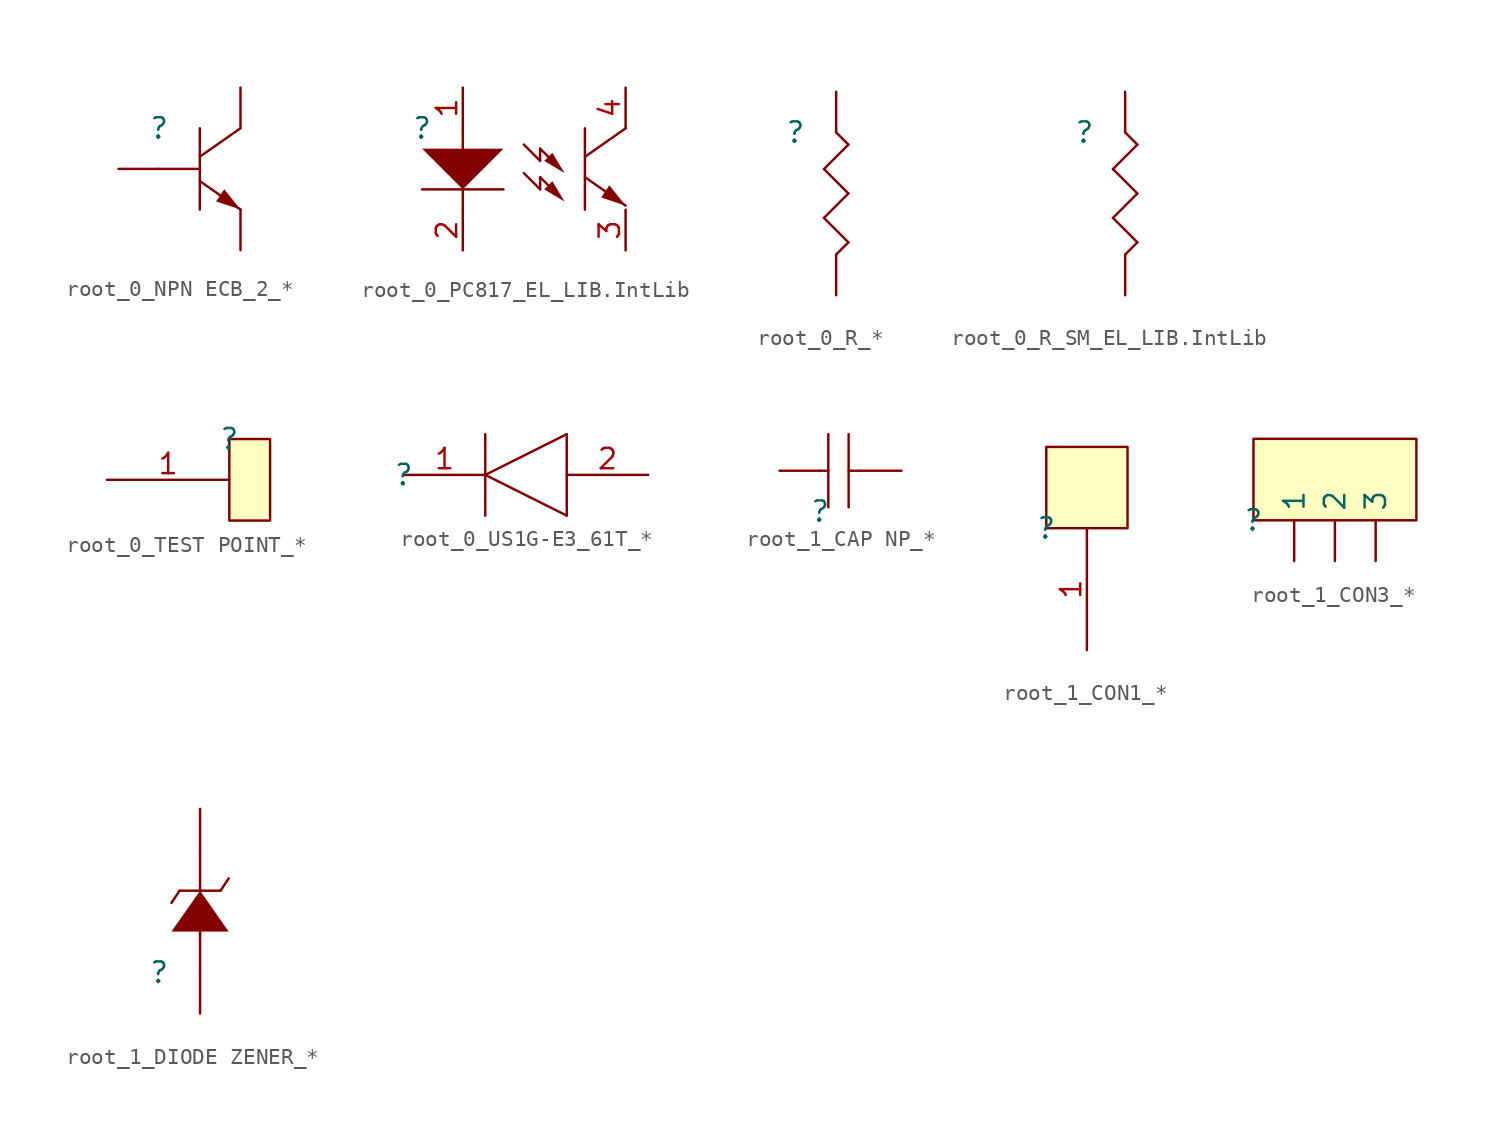
<source format=kicad_sym>
(kicad_symbol_lib
  (version 20241209)
  (generator "kicad_symbol_editor")
  (generator_version "9.0")
  (symbol "root_0_NPN ECB_2_*"
    (pin_numbers
      (hide yes))
    (pin_names
      (hide yes))
    (property "Reference" ""
      (at 0 0 0)
      (effects (font (size 1.27 1.27))))
    (property "Value" ""
      (at 0 0 0)
      (effects (font (size 1.27 1.27))))
    (symbol "root_0_NPN ECB_2_*_1_0"
      (polyline (pts (xy 2.54 0) (xy 2.54 -5.08)) (stroke (width 0) (type solid)) (fill (type none)))
      (polyline (pts (xy 2.54 -2.54) (xy 0 -2.54)) (stroke (width 0) (type solid)) (fill (type none)))
      (polyline (pts (xy 2.54 -3.302) (xy 5.08 -5.08)) (stroke (width 0) (type solid)) (fill (type none)))
      (polyline (pts (xy 5.08 0) (xy 2.54 -1.778)) (stroke (width 0) (type solid)) (fill (type none)))
      (polyline (pts (xy 5.08 -5.08) (xy 4.064 -3.81) (xy 3.556 -4.572) (xy 5.08 -5.08) (xy 5.08 -5.08)) (stroke (width -0.0001) (type solid)) (fill (type outline)))
      (pin passive line (at -2.54 -2.54 0) (length 2.54) (name "B" (effects (font (size 1.27 1.27)))) (number "1" (effects (font (size 1.27 1.27)))))
      (pin passive line (at 5.08 2.54 270) (length 2.54) (name "C" (effects (font (size 1.27 1.27)))) (number "2" (effects (font (size 1.27 1.27)))))
      (pin passive line (at 5.08 -7.62 90) (length 2.54) (name "E" (effects (font (size 1.27 1.27)))) (number "3" (effects (font (size 1.27 1.27)))))))
  (symbol "root_0_PC817_EL_LIB.IntLib"
    (pin_names
      (hide yes))
    (property "Reference" ""
      (at 0 0 0)
      (effects (font (size 1.27 1.27))))
    (property "Value" ""
      (at 0 0 0)
      (effects (font (size 1.27 1.27))))
    (symbol "root_0_PC817_EL_LIB.IntLib_1_0"
      (polyline (pts (xy 2.54 0) (xy 2.54 -1.27)) (stroke (width 0) (type solid)) (fill (type none)))
      (polyline (pts (xy 2.54 -3.81) (xy 0 -1.27) (xy 5.08 -1.27) (xy 2.54 -3.81) (xy 2.54 -3.81)) (stroke (width -0.0001) (type solid)) (fill (type outline)))
      (polyline (pts (xy 2.54 -5.08) (xy 2.54 -3.81)) (stroke (width 0) (type solid)) (fill (type none)))
      (polyline (pts (xy 5.08 -3.81) (xy 0 -3.81)) (stroke (width 0) (type solid)) (fill (type none)))
      (polyline (pts (xy 7.366 -1.27) (xy 7.366 -2.032)) (stroke (width 0) (type solid)) (fill (type none)))
      (polyline (pts (xy 7.366 -2.032) (xy 6.35 -1.016)) (stroke (width 0) (type solid)) (fill (type none)))
      (polyline (pts (xy 7.366 -3.048) (xy 7.366 -3.81)) (stroke (width 0) (type solid)) (fill (type none)))
      (polyline (pts (xy 7.366 -3.81) (xy 6.35 -2.794)) (stroke (width 0) (type solid)) (fill (type none)))
      (polyline (pts (xy 8.382 -2.286) (xy 7.366 -1.27)) (stroke (width 0) (type solid)) (fill (type none)))
      (polyline (pts (xy 8.382 -4.064) (xy 7.366 -3.048)) (stroke (width 0) (type solid)) (fill (type none)))
      (polyline (pts (xy 8.89 -2.794) (xy 8.128 -1.524) (xy 7.62 -2.032) (xy 8.89 -2.794) (xy 8.89 -2.794)) (stroke (width -0.0001) (type solid)) (fill (type outline)))
      (polyline (pts (xy 8.89 -4.572) (xy 8.128 -3.302) (xy 7.62 -3.81) (xy 8.89 -4.572) (xy 8.89 -4.572)) (stroke (width -0.0001) (type solid)) (fill (type outline)))
      (polyline (pts (xy 10.16 0) (xy 10.16 -5.08)) (stroke (width 0) (type solid)) (fill (type none)))
      (polyline (pts (xy 10.16 -3.048) (xy 12.7 -4.826)) (stroke (width 0) (type solid)) (fill (type none)))
      (polyline (pts (xy 12.7 0) (xy 10.16 -1.778)) (stroke (width 0) (type solid)) (fill (type none)))
      (polyline (pts (xy 12.7 -4.826) (xy 11.684 -3.556) (xy 11.176 -4.318) (xy 12.7 -4.826) (xy 12.7 -4.826)) (stroke (width -0.0001) (type solid)) (fill (type outline)))
      (pin passive line (at 2.54 2.54 270) (length 2.54) (name "ANODE" (effects (font (size 1.27 1.27)))) (number "1" (effects (font (size 1.27 1.27)))))
      (pin passive line (at 2.54 -7.62 90) (length 2.54) (name "CATHODE" (effects (font (size 1.27 1.27)))) (number "2" (effects (font (size 1.27 1.27)))))
      (pin passive line (at 12.7 2.54 270) (length 2.54) (name "COLLECTOR" (effects (font (size 1.27 1.27)))) (number "4" (effects (font (size 1.27 1.27)))))
      (pin passive line (at 12.7 -7.62 90) (length 2.54) (name "EMITTER" (effects (font (size 1.27 1.27)))) (number "3" (effects (font (size 1.27 1.27)))))))
  (symbol "root_0_R_*"
    (pin_numbers
      (hide yes))
    (pin_names
      (hide yes))
    (property "Reference" ""
      (at 0 0 0)
      (effects (font (size 1.27 1.27))))
    (property "Value" ""
      (at 0 0 0)
      (effects (font (size 1.27 1.27))))
    (symbol "root_0_R_*_1_0"
      (polyline (pts (xy 1.778 -2.286) (xy 3.302 -3.81)) (stroke (width 0) (type solid)) (fill (type none)))
      (polyline (pts (xy 1.778 -5.334) (xy 3.302 -6.858)) (stroke (width 0) (type solid)) (fill (type none)))
      (polyline (pts (xy 2.54 0) (xy 3.302 -0.762)) (stroke (width 0) (type solid)) (fill (type none)))
      (polyline (pts (xy 3.302 -0.762) (xy 1.778 -2.286)) (stroke (width 0) (type solid)) (fill (type none)))
      (polyline (pts (xy 3.302 -3.81) (xy 1.778 -5.334)) (stroke (width 0) (type solid)) (fill (type none)))
      (polyline (pts (xy 3.302 -6.858) (xy 2.54 -7.62)) (stroke (width 0) (type solid)) (fill (type none)))
      (pin passive line (at 2.54 2.54 270) (length 2.54) (name "1" (effects (font (size 1.27 1.27)))) (number "1" (effects (font (size 1.27 1.27)))))
      (pin passive line (at 2.54 -10.16 90) (length 2.54) (name "2" (effects (font (size 1.27 1.27)))) (number "2" (effects (font (size 1.27 1.27)))))))
  (symbol "root_0_R_SM_EL_LIB.IntLib"
    (pin_numbers
      (hide yes))
    (pin_names
      (hide yes))
    (property "Reference" ""
      (at 0 0 0)
      (effects (font (size 1.27 1.27))))
    (property "Value" ""
      (at 0 0 0)
      (effects (font (size 1.27 1.27))))
    (symbol "root_0_R_SM_EL_LIB.IntLib_1_0"
      (polyline (pts (xy 1.778 -2.286) (xy 3.302 -3.81)) (stroke (width 0) (type solid)) (fill (type none)))
      (polyline (pts (xy 1.778 -5.334) (xy 3.302 -6.858)) (stroke (width 0) (type solid)) (fill (type none)))
      (polyline (pts (xy 2.54 0) (xy 3.302 -0.762)) (stroke (width 0) (type solid)) (fill (type none)))
      (polyline (pts (xy 3.302 -0.762) (xy 1.778 -2.286)) (stroke (width 0) (type solid)) (fill (type none)))
      (polyline (pts (xy 3.302 -3.81) (xy 1.778 -5.334)) (stroke (width 0) (type solid)) (fill (type none)))
      (polyline (pts (xy 3.302 -6.858) (xy 2.54 -7.62)) (stroke (width 0) (type solid)) (fill (type none)))
      (pin passive line (at 2.54 2.54 270) (length 2.54) (name "1" (effects (font (size 1.27 1.27)))) (number "1" (effects (font (size 1.27 1.27)))))
      (pin passive line (at 2.54 -10.16 90) (length 2.54) (name "2" (effects (font (size 1.27 1.27)))) (number "2" (effects (font (size 1.27 1.27)))))))
  (symbol "root_0_TEST POINT_*"
    (pin_names
      (hide yes))
    (property "Reference" ""
      (at 0 0 0)
      (effects (font (size 1.27 1.27))))
    (property "Value" ""
      (at 0 0 0)
      (effects (font (size 1.27 1.27))))
    (symbol "root_0_TEST POINT_*_1_0"
      (rectangle (start 2.54 0) (end 0 -5.08) (stroke (width 0) (type solid) (color 128 0 0 1)) (fill (type background)))
      (pin passive line (at -7.62 -2.54 0) (length 7.62) (name "1" (effects (font (size 1.27 1.27)))) (number "1" (effects (font (size 1.27 1.27)))))))
  (symbol "root_0_US1G-E3_61T_*"
    (pin_names
      (hide yes))
    (property "Reference" ""
      (at 0 0 0)
      (effects (font (size 1.27 1.27))))
    (property "Value" ""
      (at 0 0 0)
      (effects (font (size 1.27 1.27))))
    (symbol "root_0_US1G-E3_61T_*_1_0"
      (polyline (pts (xy 5.08 2.54) (xy 5.08 -2.54)) (stroke (width 0) (type solid)) (fill (type none)))
      (polyline (pts (xy 5.08 0) (xy 10.16 2.54)) (stroke (width 0) (type solid)) (fill (type none)))
      (polyline (pts (xy 10.16 -2.54) (xy 5.08 0)) (stroke (width 0) (type solid)) (fill (type none)))
      (polyline (pts (xy 10.16 -2.54) (xy 10.16 2.54)) (stroke (width 0) (type solid)) (fill (type none)))
      (pin passive line (at 0 0 0) (length 5.08) (name "K" (effects (font (size 1.27 1.27)))) (number "1" (effects (font (size 1.27 1.27)))))
      (pin passive line (at 15.24 0 180) (length 5.08) (name "A" (effects (font (size 1.27 1.27)))) (number "2" (effects (font (size 1.27 1.27)))))))
  (symbol "root_1_CAP NP_*"
    (pin_numbers
      (hide yes))
    (pin_names
      (hide yes))
    (property "Reference" ""
      (at 0 0 0)
      (effects (font (size 1.27 1.27))))
    (property "Value" ""
      (at 0 0 0)
      (effects (font (size 1.27 1.27))))
    (symbol "root_1_CAP NP_*_1_0"
      (polyline (pts (xy 0 2.54) (xy 0.508 2.54)) (stroke (width 0) (type solid)) (fill (type none)))
      (polyline (pts (xy 0.508 0.254) (xy 0.508 4.826)) (stroke (width 0) (type solid)) (fill (type none)))
      (polyline (pts (xy 1.778 0.254) (xy 1.778 4.826)) (stroke (width 0) (type solid)) (fill (type none)))
      (polyline (pts (xy 2.54 2.54) (xy 1.778 2.54)) (stroke (width 0) (type solid)) (fill (type none)))
      (pin passive line (at -2.54 2.54 0) (length 2.54) (name "1" (effects (font (size 1.27 1.27)))) (number "1" (effects (font (size 1.27 1.27)))))
      (pin passive line (at 5.08 2.54 180) (length 2.54) (name "2" (effects (font (size 1.27 1.27)))) (number "2" (effects (font (size 1.27 1.27)))))))
  (symbol "root_1_CON1_*"
    (pin_names
      (hide yes))
    (property "Reference" ""
      (at 0 0 0)
      (effects (font (size 1.27 1.27))))
    (property "Value" ""
      (at 0 0 0)
      (effects (font (size 1.27 1.27))))
    (symbol "root_1_CON1_*_1_0"
      (rectangle (start 5.08 5.08) (end 0 0) (stroke (width 0) (type solid) (color 128 0 0 1)) (fill (type background)))
      (pin passive line (at 2.54 -7.62 90) (length 7.62) (name "1" (effects (font (size 1.27 1.27)))) (number "1" (effects (font (size 1.27 1.27)))))))
  (symbol "root_1_CON3_*"
    (pin_numbers
      (hide yes))
    (property "Reference" ""
      (at 0 0 0)
      (effects (font (size 1.27 1.27))))
    (property "Value" ""
      (at 0 0 0)
      (effects (font (size 1.27 1.27))))
    (symbol "root_1_CON3_*_1_0"
      (rectangle (start 10.16 5.08) (end 0 0) (stroke (width 0) (type solid) (color 128 0 0 1)) (fill (type background)))
      (pin passive line (at 2.54 -2.54 90) (length 2.54) (name "1" (effects (font (size 1.27 1.27)))) (number "1" (effects (font (size 1.27 1.27)))))
      (pin passive line (at 5.08 -2.54 90) (length 2.54) (name "2" (effects (font (size 1.27 1.27)))) (number "2" (effects (font (size 1.27 1.27)))))
      (pin passive line (at 7.62 -2.54 90) (length 2.54) (name "3" (effects (font (size 1.27 1.27)))) (number "3" (effects (font (size 1.27 1.27)))))))
  (symbol "root_1_DIODE ZENER_*"
    (pin_numbers
      (hide yes))
    (pin_names
      (hide yes))
    (property "Reference" ""
      (at 0 0 0)
      (effects (font (size 1.27 1.27))))
    (property "Value" ""
      (at 0 0 0)
      (effects (font (size 1.27 1.27))))
    (symbol "root_1_DIODE ZENER_*_1_0"
      (polyline (pts (xy 0.762 4.318) (xy 1.27 5.08)) (stroke (width 0) (type solid)) (fill (type none)))
      (polyline (pts (xy 1.27 5.08) (xy 3.81 5.08)) (stroke (width 0) (type solid)) (fill (type none)))
      (polyline (pts (xy 2.54 5.08) (xy 2.54 7.62)) (stroke (width 0) (type solid)) (fill (type none)))
      (polyline (pts (xy 2.54 5.08) (xy 2.54 5.08) (xy 4.318 2.54) (xy 0.762 2.54) (xy 2.54 5.08) (xy 2.54 5.08)) (stroke (width -0.0001) (type solid)) (fill (type outline)))
      (polyline (pts (xy 2.54 0) (xy 2.54 2.54)) (stroke (width 0) (type solid)) (fill (type none)))
      (polyline (pts (xy 3.81 5.08) (xy 4.318 5.842)) (stroke (width 0) (type solid)) (fill (type none)))
      (pin passive line (at 2.54 10.16 270) (length 2.54) (name "CATHODE" (effects (font (size 1.27 1.27)))) (number "2" (effects (font (size 1.27 1.27)))))
      (pin passive line (at 2.54 -2.54 90) (length 2.54) (name "ANODE" (effects (font (size 1.27 1.27)))) (number "1" (effects (font (size 1.27 1.27))))))))
</source>
